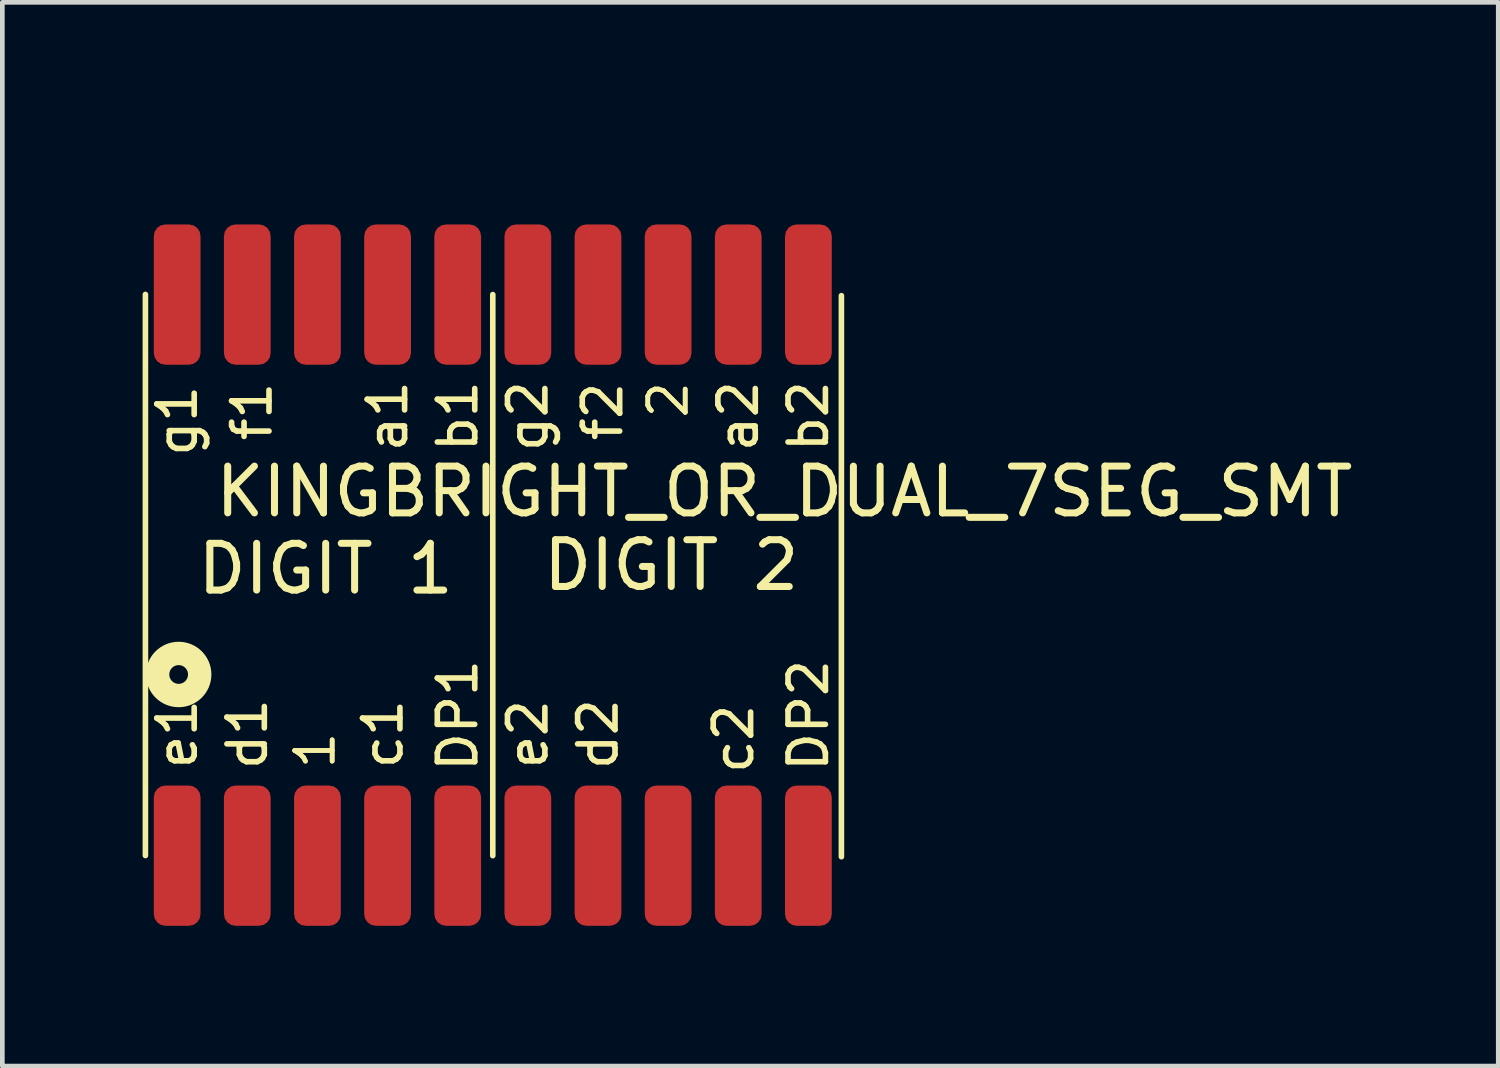
<source format=kicad_pcb>
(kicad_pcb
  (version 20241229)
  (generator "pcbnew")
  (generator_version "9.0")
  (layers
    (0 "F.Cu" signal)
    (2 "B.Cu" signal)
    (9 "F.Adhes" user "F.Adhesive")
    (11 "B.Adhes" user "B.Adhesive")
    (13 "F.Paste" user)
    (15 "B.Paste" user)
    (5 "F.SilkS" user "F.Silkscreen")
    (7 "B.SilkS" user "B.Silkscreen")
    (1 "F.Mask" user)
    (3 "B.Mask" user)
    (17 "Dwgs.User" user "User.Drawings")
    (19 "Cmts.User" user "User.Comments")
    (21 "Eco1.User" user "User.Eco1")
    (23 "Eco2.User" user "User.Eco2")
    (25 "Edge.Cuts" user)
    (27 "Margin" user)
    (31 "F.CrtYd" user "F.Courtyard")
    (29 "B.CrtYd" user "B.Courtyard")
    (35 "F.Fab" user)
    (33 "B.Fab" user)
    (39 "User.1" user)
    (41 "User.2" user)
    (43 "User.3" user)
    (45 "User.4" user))
  (footprint "KINGBRIGHT_OR_DUAL_7SEG_SMT"
    (layer "F.Cu")
    (at 8.239 0.25)
    (property "Reference" "KINGBRIGHT_OR_DUAL_7SEG_SMT" (at 5.486 7.214 0) (layer "F.SilkS") (effects (font (size 1 1) (thickness 0.15))))
    (attr through_hole)
    (fp_line (start -8.179 2.997) (end -8.179 14.997) (stroke (width 0.12) (type solid)) (layer "F.SilkS"))
    (fp_line (start -0.75 3) (end -0.75 15) (stroke (width 0.12) (type solid)) (layer "F.SilkS"))
    (fp_line (start 6.706 15.023) (end 6.706 3.023) (stroke (width 0.12) (type solid)) (layer "F.SilkS"))
    (fp_circle (center -7.468 11.125) (end -7.268 11.125) (stroke (width 0.5) (type solid)) (fill no) (layer "F.SilkS"))
    (fp_text user "2" (at 3 5.25 270) (layer "F.SilkS") (effects (font (size 0.8 0.8) (thickness 0.1))))
    (fp_text user "d2" (at 1.5 12.4 90) (layer "F.SilkS") (effects (font (size 0.8 0.8) (thickness 0.12))))
    (fp_text user "c1" (at -3.1 12.4 90) (layer "F.SilkS") (effects (font (size 0.8 0.8) (thickness 0.12))))
    (fp_text user "f2" (at 1.6 5.5 90) (layer "F.SilkS") (effects (font (size 0.8 0.8) (thickness 0.12))))
    (fp_text user "1" (at -4.55 12.75 270) (layer "F.SilkS") (effects (font (size 0.8 0.8) (thickness 0.1))))
    (fp_text user "f1" (at -5.9 5.5 90) (layer "F.SilkS") (effects (font (size 0.8 0.8) (thickness 0.12))))
    (fp_text user "a1" (at -3 5.6 90) (layer "F.SilkS") (effects (font (size 0.8 0.8) (thickness 0.12))))
    (fp_text user "b2" (at 6 5.6 90) (layer "F.SilkS") (effects (font (size 0.8 0.8) (thickness 0.12))))
    (fp_text user "e1" (at -7.5 12.4 90) (layer "F.SilkS") (effects (font (size 0.8 0.8) (thickness 0.12))))
    (fp_text user "e2" (at 0 12.4 90) (layer "F.SilkS") (effects (font (size 0.8 0.8) (thickness 0.12))))
    (fp_text user "DP2" (at 6 12 90) (layer "F.SilkS") (effects (font (size 0.8 0.8) (thickness 0.12))))
    (fp_text user "DP1" (at -1.5 12 90) (layer "F.SilkS") (effects (font (size 0.8 0.8) (thickness 0.12))))
    (fp_text user "a2" (at 4.5 5.6 90) (layer "F.SilkS") (effects (font (size 0.8 0.8) (thickness 0.12))))
    (fp_text user "d1" (at -6 12.4 90) (layer "F.SilkS") (effects (font (size 0.8 0.8) (thickness 0.12))))
    (fp_text user "DIGIT 1" (at -7.137 8.865 180) (layer "F.SilkS") (effects (font (size 1 1) (thickness 0.15)) (justify left)))
    (fp_text user "DIGIT 2" (at 0.254 8.788 180) (layer "F.SilkS") (effects (font (size 1 1) (thickness 0.15)) (justify left)))
    (fp_text user "1" (at -4.55 12.75 270) (layer "F.SilkS") (effects (font (size 0.8 0.8) (thickness 0.1))))
    (fp_text user "c2" (at 4.4 12.5 90) (layer "F.SilkS") (effects (font (size 0.8 0.8) (thickness 0.12))))
    (fp_text user "g1" (at -7.5 5.7 90) (layer "F.SilkS") (effects (font (size 0.8 0.8) (thickness 0.12))))
    (fp_text user "2" (at 3 5.25 270) (layer "F.SilkS") (effects (font (size 0.8 0.8) (thickness 0.1))))
    (fp_text user "b1" (at -1.5 5.6 90) (layer "F.SilkS") (effects (font (size 0.8 0.8) (thickness 0.12))))
    (fp_text user "g2" (at 0 5.6 270) (layer "F.SilkS") (effects (font (size 0.8 0.8) (thickness 0.12))))
    (pad "1" smd roundrect (at -7.5 15) (size 1 3) (layers "F.Cu" "F.Mask" "F.Paste") (roundrect_rratio 0.25))
    (pad "2" smd roundrect (at -6 15) (size 1 3) (layers "F.Cu" "F.Mask" "F.Paste") (roundrect_rratio 0.25))
    (pad "3" smd roundrect (at -4.5 15) (size 1 3) (layers "F.Cu" "F.Mask" "F.Paste") (roundrect_rratio 0.25))
    (pad "4" smd roundrect (at -3 15) (size 1 3) (layers "F.Cu" "F.Mask" "F.Paste") (roundrect_rratio 0.25))
    (pad "5" smd roundrect (at -1.5 15) (size 1 3) (layers "F.Cu" "F.Mask" "F.Paste") (roundrect_rratio 0.25))
    (pad "6" smd roundrect (at 0 15) (size 1 3) (layers "F.Cu" "F.Mask" "F.Paste") (roundrect_rratio 0.25))
    (pad "7" smd roundrect (at 1.5 15) (size 1 3) (layers "F.Cu" "F.Mask" "F.Paste") (roundrect_rratio 0.25))
    (pad "8" smd roundrect (at 3 15) (size 1 3) (layers "F.Cu" "F.Mask" "F.Paste") (roundrect_rratio 0.25))
    (pad "9" smd roundrect (at 4.5 15) (size 1 3) (layers "F.Cu" "F.Mask" "F.Paste") (roundrect_rratio 0.25))
    (pad "10" smd roundrect (at 6 15) (size 1 3) (layers "F.Cu" "F.Mask" "F.Paste") (roundrect_rratio 0.25))
    (pad "11" smd roundrect (at 6 3 180) (size 1 3) (layers "F.Cu" "F.Mask" "F.Paste") (roundrect_rratio 0.25))
    (pad "12" smd roundrect (at 4.5 3 180) (size 1 3) (layers "F.Cu" "F.Mask" "F.Paste") (roundrect_rratio 0.25))
    (pad "13" smd roundrect (at 3 3 180) (size 1 3) (layers "F.Cu" "F.Mask" "F.Paste") (roundrect_rratio 0.25))
    (pad "14" smd roundrect (at 1.5 3 180) (size 1 3) (layers "F.Cu" "F.Mask" "F.Paste") (roundrect_rratio 0.25))
    (pad "15" smd roundrect (at 0 3 180) (size 1 3) (layers "F.Cu" "F.Mask" "F.Paste") (roundrect_rratio 0.25))
    (pad "16" smd roundrect (at -1.5 3 180) (size 1 3) (layers "F.Cu" "F.Mask" "F.Paste") (roundrect_rratio 0.25))
    (pad "17" smd roundrect (at -3 3 180) (size 1 3) (layers "F.Cu" "F.Mask" "F.Paste") (roundrect_rratio 0.25))
    (pad "18" smd roundrect (at -4.5 3 180) (size 1 3) (layers "F.Cu" "F.Mask" "F.Paste") (roundrect_rratio 0.25))
    (pad "19" smd roundrect (at -6 3 180) (size 1 3) (layers "F.Cu" "F.Mask" "F.Paste") (roundrect_rratio 0.25))
    (pad "20" smd roundrect (at -7.5 3 180) (size 1 3) (layers "F.Cu" "F.Mask" "F.Paste") (roundrect_rratio 0.25)))
  (gr_rect
    (start -3 -3)
    (end 28.993 19.75)
    (stroke (width 0.1) (type default))
    (fill no)
    (layer "Edge.Cuts")))
</source>
